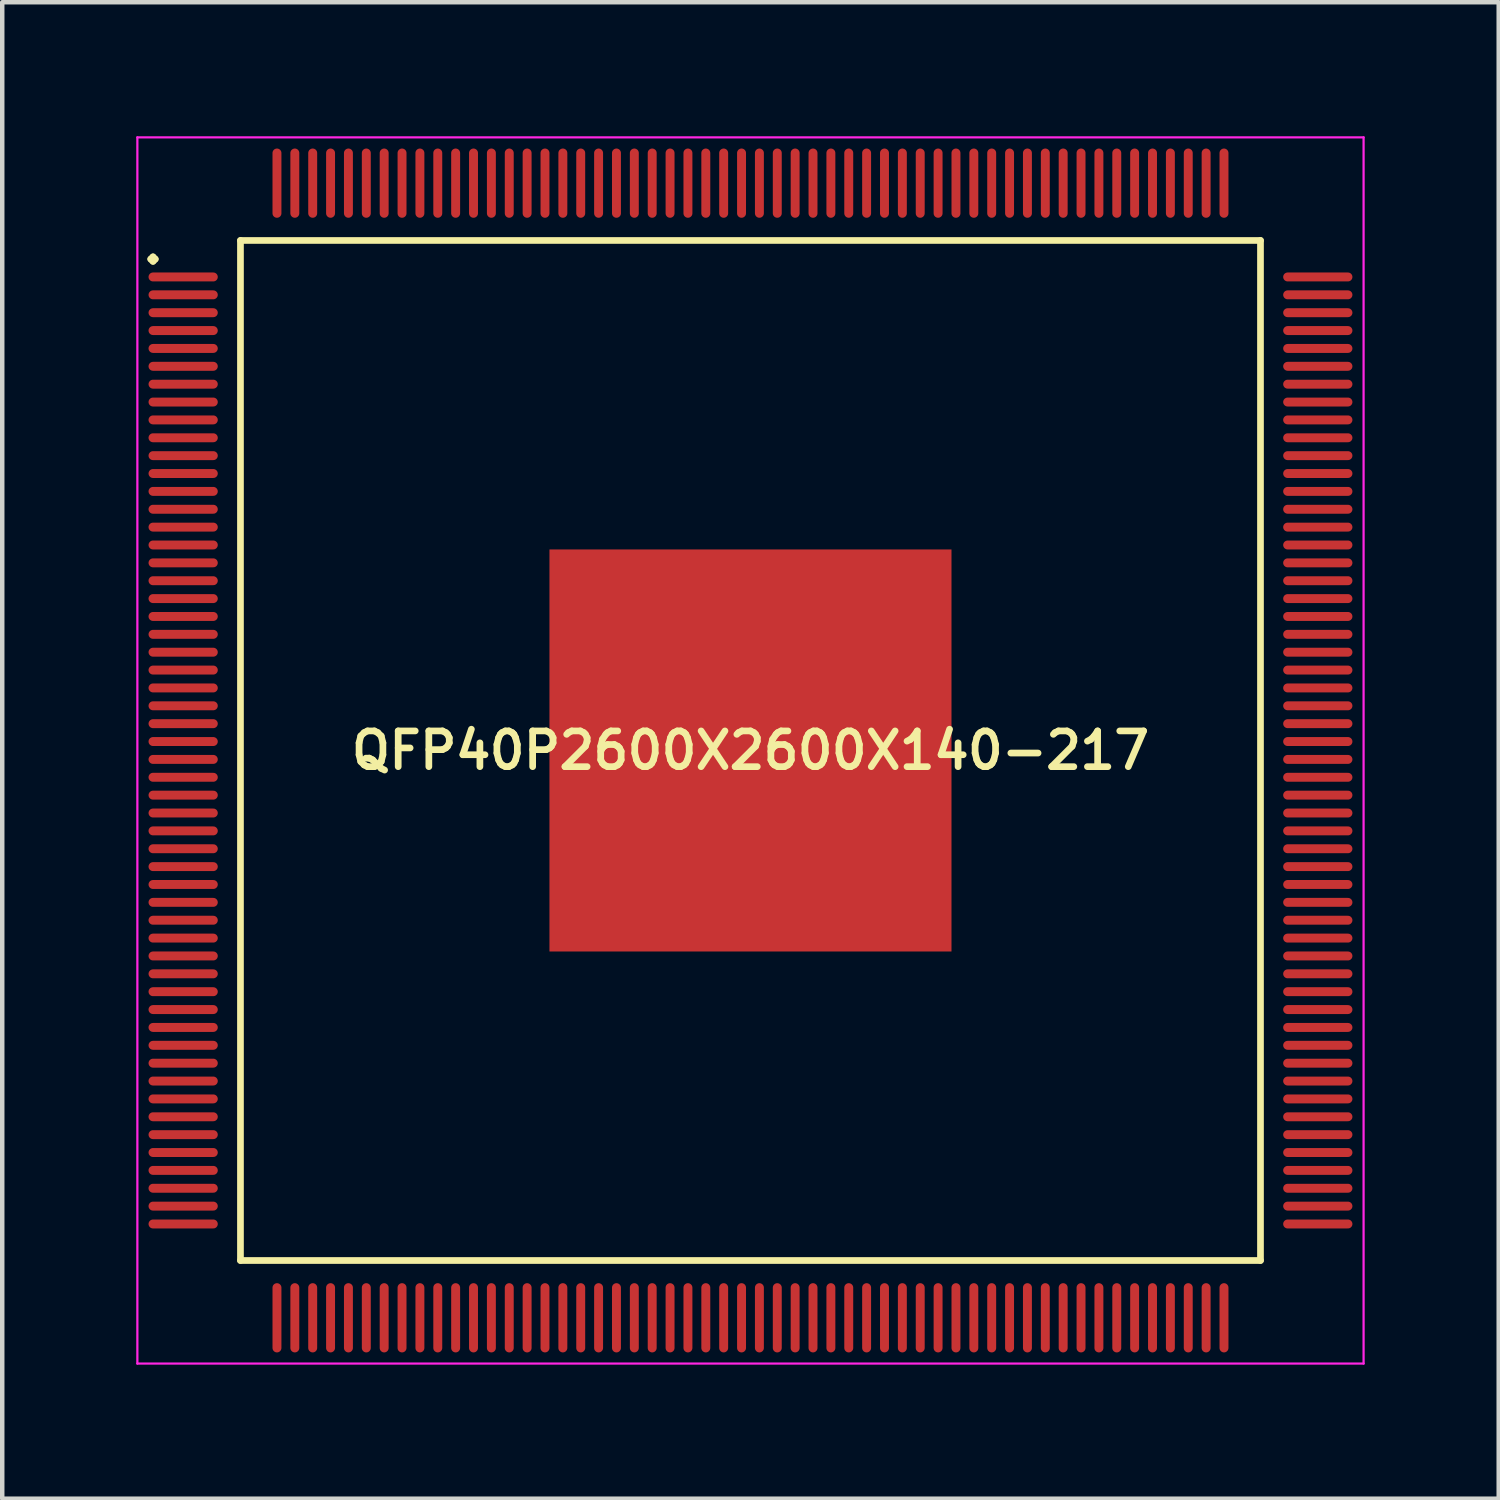
<source format=kicad_pcb>
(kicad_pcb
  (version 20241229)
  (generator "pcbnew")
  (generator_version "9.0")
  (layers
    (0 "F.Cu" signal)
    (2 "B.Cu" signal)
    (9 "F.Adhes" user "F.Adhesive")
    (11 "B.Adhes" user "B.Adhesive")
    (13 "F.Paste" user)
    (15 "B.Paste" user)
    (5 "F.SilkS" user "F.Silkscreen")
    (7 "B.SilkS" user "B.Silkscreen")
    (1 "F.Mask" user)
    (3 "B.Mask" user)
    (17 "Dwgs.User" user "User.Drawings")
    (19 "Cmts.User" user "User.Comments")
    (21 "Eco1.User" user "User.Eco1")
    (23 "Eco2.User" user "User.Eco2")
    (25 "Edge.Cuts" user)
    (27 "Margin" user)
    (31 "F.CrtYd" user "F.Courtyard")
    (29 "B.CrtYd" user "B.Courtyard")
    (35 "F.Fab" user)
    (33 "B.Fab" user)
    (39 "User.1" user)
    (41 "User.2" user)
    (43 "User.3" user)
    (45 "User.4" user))
  (footprint "QFP40P2600X2600X140-217"
    (layer "F.Cu")
    (at 13.75 13.75)
    (property "Reference" "QFP40P2600X2600X140-217" (at 0 0 0) (layer "F.SilkS") (effects (font (size 0.8 0.8) (thickness 0.15))))
    (attr smd)
    (fp_line (start -13.425 -11) (end -13.375 -11.05) (stroke (width 0.15) (type solid)) (layer "F.SilkS"))
    (fp_line (start -13.375 -11.05) (end -13.325 -11) (stroke (width 0.15) (type solid)) (layer "F.SilkS"))
    (fp_line (start -13.375 -10.95) (end -13.425 -11) (stroke (width 0.15) (type solid)) (layer "F.SilkS"))
    (fp_line (start -13.325 -11) (end -13.375 -10.95) (stroke (width 0.15) (type solid)) (layer "F.SilkS"))
    (fp_line (start -11.417 -11.417) (end -11.417 11.417) (stroke (width 0.15) (type solid)) (layer "F.SilkS"))
    (fp_line (start -11.417 11.417) (end 11.417 11.417) (stroke (width 0.15) (type solid)) (layer "F.SilkS"))
    (fp_line (start 11.417 -11.417) (end -11.417 -11.417) (stroke (width 0.15) (type solid)) (layer "F.SilkS"))
    (fp_line (start 11.417 11.417) (end 11.417 -11.417) (stroke (width 0.15) (type solid)) (layer "F.SilkS"))
    (fp_line (start -13.725 -13.725) (end 13.725 -13.725) (stroke (width 0.05) (type solid)) (layer "F.CrtYd"))
    (fp_line (start -13.725 13.725) (end -13.725 -13.725) (stroke (width 0.05) (type solid)) (layer "F.CrtYd"))
    (fp_line (start 13.725 -13.725) (end 13.725 13.725) (stroke (width 0.05) (type solid)) (layer "F.CrtYd"))
    (fp_line (start 13.725 13.725) (end -13.725 13.725) (stroke (width 0.05) (type solid)) (layer "F.CrtYd"))
    (pad "1" smd oval (at -12.7 -10.6) (size 1.55 0.2) (layers "F.Cu" "F.Mask" "F.Paste"))
    (pad "2" smd oval (at -12.7 -10.2) (size 1.55 0.2) (layers "F.Cu" "F.Mask" "F.Paste"))
    (pad "3" smd oval (at -12.7 -9.8) (size 1.55 0.2) (layers "F.Cu" "F.Mask" "F.Paste"))
    (pad "4" smd oval (at -12.7 -9.4) (size 1.55 0.2) (layers "F.Cu" "F.Mask" "F.Paste"))
    (pad "5" smd oval (at -12.7 -9) (size 1.55 0.2) (layers "F.Cu" "F.Mask" "F.Paste"))
    (pad "6" smd oval (at -12.7 -8.6) (size 1.55 0.2) (layers "F.Cu" "F.Mask" "F.Paste"))
    (pad "7" smd oval (at -12.7 -8.2) (size 1.55 0.2) (layers "F.Cu" "F.Mask" "F.Paste"))
    (pad "8" smd oval (at -12.7 -7.8) (size 1.55 0.2) (layers "F.Cu" "F.Mask" "F.Paste"))
    (pad "9" smd oval (at -12.7 -7.4) (size 1.55 0.2) (layers "F.Cu" "F.Mask" "F.Paste"))
    (pad "10" smd oval (at -12.7 -7) (size 1.55 0.2) (layers "F.Cu" "F.Mask" "F.Paste"))
    (pad "11" smd oval (at -12.7 -6.6) (size 1.55 0.2) (layers "F.Cu" "F.Mask" "F.Paste"))
    (pad "12" smd oval (at -12.7 -6.2) (size 1.55 0.2) (layers "F.Cu" "F.Mask" "F.Paste"))
    (pad "13" smd oval (at -12.7 -5.8) (size 1.55 0.2) (layers "F.Cu" "F.Mask" "F.Paste"))
    (pad "14" smd oval (at -12.7 -5.4) (size 1.55 0.2) (layers "F.Cu" "F.Mask" "F.Paste"))
    (pad "15" smd oval (at -12.7 -5) (size 1.55 0.2) (layers "F.Cu" "F.Mask" "F.Paste"))
    (pad "16" smd oval (at -12.7 -4.6) (size 1.55 0.2) (layers "F.Cu" "F.Mask" "F.Paste"))
    (pad "17" smd oval (at -12.7 -4.2) (size 1.55 0.2) (layers "F.Cu" "F.Mask" "F.Paste"))
    (pad "18" smd oval (at -12.7 -3.8) (size 1.55 0.2) (layers "F.Cu" "F.Mask" "F.Paste"))
    (pad "19" smd oval (at -12.7 -3.4) (size 1.55 0.2) (layers "F.Cu" "F.Mask" "F.Paste"))
    (pad "20" smd oval (at -12.7 -3) (size 1.55 0.2) (layers "F.Cu" "F.Mask" "F.Paste"))
    (pad "21" smd oval (at -12.7 -2.6) (size 1.55 0.2) (layers "F.Cu" "F.Mask" "F.Paste"))
    (pad "22" smd oval (at -12.7 -2.2) (size 1.55 0.2) (layers "F.Cu" "F.Mask" "F.Paste"))
    (pad "23" smd oval (at -12.7 -1.8) (size 1.55 0.2) (layers "F.Cu" "F.Mask" "F.Paste"))
    (pad "24" smd oval (at -12.7 -1.4) (size 1.55 0.2) (layers "F.Cu" "F.Mask" "F.Paste"))
    (pad "25" smd oval (at -12.7 -1) (size 1.55 0.2) (layers "F.Cu" "F.Mask" "F.Paste"))
    (pad "26" smd oval (at -12.7 -0.6) (size 1.55 0.2) (layers "F.Cu" "F.Mask" "F.Paste"))
    (pad "27" smd oval (at -12.7 -0.2) (size 1.55 0.2) (layers "F.Cu" "F.Mask" "F.Paste"))
    (pad "28" smd oval (at -12.7 0.2) (size 1.55 0.2) (layers "F.Cu" "F.Mask" "F.Paste"))
    (pad "29" smd oval (at -12.7 0.6) (size 1.55 0.2) (layers "F.Cu" "F.Mask" "F.Paste"))
    (pad "30" smd oval (at -12.7 1) (size 1.55 0.2) (layers "F.Cu" "F.Mask" "F.Paste"))
    (pad "31" smd oval (at -12.7 1.4) (size 1.55 0.2) (layers "F.Cu" "F.Mask" "F.Paste"))
    (pad "32" smd oval (at -12.7 1.8) (size 1.55 0.2) (layers "F.Cu" "F.Mask" "F.Paste"))
    (pad "33" smd oval (at -12.7 2.2) (size 1.55 0.2) (layers "F.Cu" "F.Mask" "F.Paste"))
    (pad "34" smd oval (at -12.7 2.6) (size 1.55 0.2) (layers "F.Cu" "F.Mask" "F.Paste"))
    (pad "35" smd oval (at -12.7 3) (size 1.55 0.2) (layers "F.Cu" "F.Mask" "F.Paste"))
    (pad "36" smd oval (at -12.7 3.4) (size 1.55 0.2) (layers "F.Cu" "F.Mask" "F.Paste"))
    (pad "37" smd oval (at -12.7 3.8) (size 1.55 0.2) (layers "F.Cu" "F.Mask" "F.Paste"))
    (pad "38" smd oval (at -12.7 4.2) (size 1.55 0.2) (layers "F.Cu" "F.Mask" "F.Paste"))
    (pad "39" smd oval (at -12.7 4.6) (size 1.55 0.2) (layers "F.Cu" "F.Mask" "F.Paste"))
    (pad "40" smd oval (at -12.7 5) (size 1.55 0.2) (layers "F.Cu" "F.Mask" "F.Paste"))
    (pad "41" smd oval (at -12.7 5.4) (size 1.55 0.2) (layers "F.Cu" "F.Mask" "F.Paste"))
    (pad "42" smd oval (at -12.7 5.8) (size 1.55 0.2) (layers "F.Cu" "F.Mask" "F.Paste"))
    (pad "43" smd oval (at -12.7 6.2) (size 1.55 0.2) (layers "F.Cu" "F.Mask" "F.Paste"))
    (pad "44" smd oval (at -12.7 6.6) (size 1.55 0.2) (layers "F.Cu" "F.Mask" "F.Paste"))
    (pad "45" smd oval (at -12.7 7) (size 1.55 0.2) (layers "F.Cu" "F.Mask" "F.Paste"))
    (pad "46" smd oval (at -12.7 7.4) (size 1.55 0.2) (layers "F.Cu" "F.Mask" "F.Paste"))
    (pad "47" smd oval (at -12.7 7.8) (size 1.55 0.2) (layers "F.Cu" "F.Mask" "F.Paste"))
    (pad "48" smd oval (at -12.7 8.2) (size 1.55 0.2) (layers "F.Cu" "F.Mask" "F.Paste"))
    (pad "49" smd oval (at -12.7 8.6) (size 1.55 0.2) (layers "F.Cu" "F.Mask" "F.Paste"))
    (pad "50" smd oval (at -12.7 9) (size 1.55 0.2) (layers "F.Cu" "F.Mask" "F.Paste"))
    (pad "51" smd oval (at -12.7 9.4) (size 1.55 0.2) (layers "F.Cu" "F.Mask" "F.Paste"))
    (pad "52" smd oval (at -12.7 9.8) (size 1.55 0.2) (layers "F.Cu" "F.Mask" "F.Paste"))
    (pad "53" smd oval (at -12.7 10.2) (size 1.55 0.2) (layers "F.Cu" "F.Mask" "F.Paste"))
    (pad "54" smd oval (at -12.7 10.6) (size 1.55 0.2) (layers "F.Cu" "F.Mask" "F.Paste"))
    (pad "55" smd oval (at -10.6 12.7) (size 0.2 1.55) (layers "F.Cu" "F.Mask" "F.Paste"))
    (pad "56" smd oval (at -10.2 12.7) (size 0.2 1.55) (layers "F.Cu" "F.Mask" "F.Paste"))
    (pad "57" smd oval (at -9.8 12.7) (size 0.2 1.55) (layers "F.Cu" "F.Mask" "F.Paste"))
    (pad "58" smd oval (at -9.4 12.7) (size 0.2 1.55) (layers "F.Cu" "F.Mask" "F.Paste"))
    (pad "59" smd oval (at -9 12.7) (size 0.2 1.55) (layers "F.Cu" "F.Mask" "F.Paste"))
    (pad "60" smd oval (at -8.6 12.7) (size 0.2 1.55) (layers "F.Cu" "F.Mask" "F.Paste"))
    (pad "61" smd oval (at -8.2 12.7) (size 0.2 1.55) (layers "F.Cu" "F.Mask" "F.Paste"))
    (pad "62" smd oval (at -7.8 12.7) (size 0.2 1.55) (layers "F.Cu" "F.Mask" "F.Paste"))
    (pad "63" smd oval (at -7.4 12.7) (size 0.2 1.55) (layers "F.Cu" "F.Mask" "F.Paste"))
    (pad "64" smd oval (at -7 12.7) (size 0.2 1.55) (layers "F.Cu" "F.Mask" "F.Paste"))
    (pad "65" smd oval (at -6.6 12.7) (size 0.2 1.55) (layers "F.Cu" "F.Mask" "F.Paste"))
    (pad "66" smd oval (at -6.2 12.7) (size 0.2 1.55) (layers "F.Cu" "F.Mask" "F.Paste"))
    (pad "67" smd oval (at -5.8 12.7) (size 0.2 1.55) (layers "F.Cu" "F.Mask" "F.Paste"))
    (pad "68" smd oval (at -5.4 12.7) (size 0.2 1.55) (layers "F.Cu" "F.Mask" "F.Paste"))
    (pad "69" smd oval (at -5 12.7) (size 0.2 1.55) (layers "F.Cu" "F.Mask" "F.Paste"))
    (pad "70" smd oval (at -4.6 12.7) (size 0.2 1.55) (layers "F.Cu" "F.Mask" "F.Paste"))
    (pad "71" smd oval (at -4.2 12.7) (size 0.2 1.55) (layers "F.Cu" "F.Mask" "F.Paste"))
    (pad "72" smd oval (at -3.8 12.7) (size 0.2 1.55) (layers "F.Cu" "F.Mask" "F.Paste"))
    (pad "73" smd oval (at -3.4 12.7) (size 0.2 1.55) (layers "F.Cu" "F.Mask" "F.Paste"))
    (pad "74" smd oval (at -3 12.7) (size 0.2 1.55) (layers "F.Cu" "F.Mask" "F.Paste"))
    (pad "75" smd oval (at -2.6 12.7) (size 0.2 1.55) (layers "F.Cu" "F.Mask" "F.Paste"))
    (pad "76" smd oval (at -2.2 12.7) (size 0.2 1.55) (layers "F.Cu" "F.Mask" "F.Paste"))
    (pad "77" smd oval (at -1.8 12.7) (size 0.2 1.55) (layers "F.Cu" "F.Mask" "F.Paste"))
    (pad "78" smd oval (at -1.4 12.7) (size 0.2 1.55) (layers "F.Cu" "F.Mask" "F.Paste"))
    (pad "79" smd oval (at -1 12.7) (size 0.2 1.55) (layers "F.Cu" "F.Mask" "F.Paste"))
    (pad "80" smd oval (at -0.6 12.7) (size 0.2 1.55) (layers "F.Cu" "F.Mask" "F.Paste"))
    (pad "81" smd oval (at -0.2 12.7) (size 0.2 1.55) (layers "F.Cu" "F.Mask" "F.Paste"))
    (pad "82" smd oval (at 0.2 12.7) (size 0.2 1.55) (layers "F.Cu" "F.Mask" "F.Paste"))
    (pad "83" smd oval (at 0.6 12.7) (size 0.2 1.55) (layers "F.Cu" "F.Mask" "F.Paste"))
    (pad "84" smd oval (at 1 12.7) (size 0.2 1.55) (layers "F.Cu" "F.Mask" "F.Paste"))
    (pad "85" smd oval (at 1.4 12.7) (size 0.2 1.55) (layers "F.Cu" "F.Mask" "F.Paste"))
    (pad "86" smd oval (at 1.8 12.7) (size 0.2 1.55) (layers "F.Cu" "F.Mask" "F.Paste"))
    (pad "87" smd oval (at 2.2 12.7) (size 0.2 1.55) (layers "F.Cu" "F.Mask" "F.Paste"))
    (pad "88" smd oval (at 2.6 12.7) (size 0.2 1.55) (layers "F.Cu" "F.Mask" "F.Paste"))
    (pad "89" smd oval (at 3 12.7) (size 0.2 1.55) (layers "F.Cu" "F.Mask" "F.Paste"))
    (pad "90" smd oval (at 3.4 12.7) (size 0.2 1.55) (layers "F.Cu" "F.Mask" "F.Paste"))
    (pad "91" smd oval (at 3.8 12.7) (size 0.2 1.55) (layers "F.Cu" "F.Mask" "F.Paste"))
    (pad "92" smd oval (at 4.2 12.7) (size 0.2 1.55) (layers "F.Cu" "F.Mask" "F.Paste"))
    (pad "93" smd oval (at 4.6 12.7) (size 0.2 1.55) (layers "F.Cu" "F.Mask" "F.Paste"))
    (pad "94" smd oval (at 5 12.7) (size 0.2 1.55) (layers "F.Cu" "F.Mask" "F.Paste"))
    (pad "95" smd oval (at 5.4 12.7) (size 0.2 1.55) (layers "F.Cu" "F.Mask" "F.Paste"))
    (pad "96" smd oval (at 5.8 12.7) (size 0.2 1.55) (layers "F.Cu" "F.Mask" "F.Paste"))
    (pad "97" smd oval (at 6.2 12.7) (size 0.2 1.55) (layers "F.Cu" "F.Mask" "F.Paste"))
    (pad "98" smd oval (at 6.6 12.7) (size 0.2 1.55) (layers "F.Cu" "F.Mask" "F.Paste"))
    (pad "99" smd oval (at 7 12.7) (size 0.2 1.55) (layers "F.Cu" "F.Mask" "F.Paste"))
    (pad "100" smd oval (at 7.4 12.7) (size 0.2 1.55) (layers "F.Cu" "F.Mask" "F.Paste"))
    (pad "101" smd oval (at 7.8 12.7) (size 0.2 1.55) (layers "F.Cu" "F.Mask" "F.Paste"))
    (pad "102" smd oval (at 8.2 12.7) (size 0.2 1.55) (layers "F.Cu" "F.Mask" "F.Paste"))
    (pad "103" smd oval (at 8.6 12.7) (size 0.2 1.55) (layers "F.Cu" "F.Mask" "F.Paste"))
    (pad "104" smd oval (at 9 12.7) (size 0.2 1.55) (layers "F.Cu" "F.Mask" "F.Paste"))
    (pad "105" smd oval (at 9.4 12.7) (size 0.2 1.55) (layers "F.Cu" "F.Mask" "F.Paste"))
    (pad "106" smd oval (at 9.8 12.7) (size 0.2 1.55) (layers "F.Cu" "F.Mask" "F.Paste"))
    (pad "107" smd oval (at 10.2 12.7) (size 0.2 1.55) (layers "F.Cu" "F.Mask" "F.Paste"))
    (pad "108" smd oval (at 10.6 12.7) (size 0.2 1.55) (layers "F.Cu" "F.Mask" "F.Paste"))
    (pad "109" smd oval (at 12.7 10.6) (size 1.55 0.2) (layers "F.Cu" "F.Mask" "F.Paste"))
    (pad "110" smd oval (at 12.7 10.2) (size 1.55 0.2) (layers "F.Cu" "F.Mask" "F.Paste"))
    (pad "111" smd oval (at 12.7 9.8) (size 1.55 0.2) (layers "F.Cu" "F.Mask" "F.Paste"))
    (pad "112" smd oval (at 12.7 9.4) (size 1.55 0.2) (layers "F.Cu" "F.Mask" "F.Paste"))
    (pad "113" smd oval (at 12.7 9) (size 1.55 0.2) (layers "F.Cu" "F.Mask" "F.Paste"))
    (pad "114" smd oval (at 12.7 8.6) (size 1.55 0.2) (layers "F.Cu" "F.Mask" "F.Paste"))
    (pad "115" smd oval (at 12.7 8.2) (size 1.55 0.2) (layers "F.Cu" "F.Mask" "F.Paste"))
    (pad "116" smd oval (at 12.7 7.8) (size 1.55 0.2) (layers "F.Cu" "F.Mask" "F.Paste"))
    (pad "117" smd oval (at 12.7 7.4) (size 1.55 0.2) (layers "F.Cu" "F.Mask" "F.Paste"))
    (pad "118" smd oval (at 12.7 7) (size 1.55 0.2) (layers "F.Cu" "F.Mask" "F.Paste"))
    (pad "119" smd oval (at 12.7 6.6) (size 1.55 0.2) (layers "F.Cu" "F.Mask" "F.Paste"))
    (pad "120" smd oval (at 12.7 6.2) (size 1.55 0.2) (layers "F.Cu" "F.Mask" "F.Paste"))
    (pad "121" smd oval (at 12.7 5.8) (size 1.55 0.2) (layers "F.Cu" "F.Mask" "F.Paste"))
    (pad "122" smd oval (at 12.7 5.4) (size 1.55 0.2) (layers "F.Cu" "F.Mask" "F.Paste"))
    (pad "123" smd oval (at 12.7 5) (size 1.55 0.2) (layers "F.Cu" "F.Mask" "F.Paste"))
    (pad "124" smd oval (at 12.7 4.6) (size 1.55 0.2) (layers "F.Cu" "F.Mask" "F.Paste"))
    (pad "125" smd oval (at 12.7 4.2) (size 1.55 0.2) (layers "F.Cu" "F.Mask" "F.Paste"))
    (pad "126" smd oval (at 12.7 3.8) (size 1.55 0.2) (layers "F.Cu" "F.Mask" "F.Paste"))
    (pad "127" smd oval (at 12.7 3.4) (size 1.55 0.2) (layers "F.Cu" "F.Mask" "F.Paste"))
    (pad "128" smd oval (at 12.7 3) (size 1.55 0.2) (layers "F.Cu" "F.Mask" "F.Paste"))
    (pad "129" smd oval (at 12.7 2.6) (size 1.55 0.2) (layers "F.Cu" "F.Mask" "F.Paste"))
    (pad "130" smd oval (at 12.7 2.2) (size 1.55 0.2) (layers "F.Cu" "F.Mask" "F.Paste"))
    (pad "131" smd oval (at 12.7 1.8) (size 1.55 0.2) (layers "F.Cu" "F.Mask" "F.Paste"))
    (pad "132" smd oval (at 12.7 1.4) (size 1.55 0.2) (layers "F.Cu" "F.Mask" "F.Paste"))
    (pad "133" smd oval (at 12.7 1) (size 1.55 0.2) (layers "F.Cu" "F.Mask" "F.Paste"))
    (pad "134" smd oval (at 12.7 0.6) (size 1.55 0.2) (layers "F.Cu" "F.Mask" "F.Paste"))
    (pad "135" smd oval (at 12.7 0.2) (size 1.55 0.2) (layers "F.Cu" "F.Mask" "F.Paste"))
    (pad "136" smd oval (at 12.7 -0.2) (size 1.55 0.2) (layers "F.Cu" "F.Mask" "F.Paste"))
    (pad "137" smd oval (at 12.7 -0.6) (size 1.55 0.2) (layers "F.Cu" "F.Mask" "F.Paste"))
    (pad "138" smd oval (at 12.7 -1) (size 1.55 0.2) (layers "F.Cu" "F.Mask" "F.Paste"))
    (pad "139" smd oval (at 12.7 -1.4) (size 1.55 0.2) (layers "F.Cu" "F.Mask" "F.Paste"))
    (pad "140" smd oval (at 12.7 -1.8) (size 1.55 0.2) (layers "F.Cu" "F.Mask" "F.Paste"))
    (pad "141" smd oval (at 12.7 -2.2) (size 1.55 0.2) (layers "F.Cu" "F.Mask" "F.Paste"))
    (pad "142" smd oval (at 12.7 -2.6) (size 1.55 0.2) (layers "F.Cu" "F.Mask" "F.Paste"))
    (pad "143" smd oval (at 12.7 -3) (size 1.55 0.2) (layers "F.Cu" "F.Mask" "F.Paste"))
    (pad "144" smd oval (at 12.7 -3.4) (size 1.55 0.2) (layers "F.Cu" "F.Mask" "F.Paste"))
    (pad "145" smd oval (at 12.7 -3.8) (size 1.55 0.2) (layers "F.Cu" "F.Mask" "F.Paste"))
    (pad "146" smd oval (at 12.7 -4.2) (size 1.55 0.2) (layers "F.Cu" "F.Mask" "F.Paste"))
    (pad "147" smd oval (at 12.7 -4.6) (size 1.55 0.2) (layers "F.Cu" "F.Mask" "F.Paste"))
    (pad "148" smd oval (at 12.7 -5) (size 1.55 0.2) (layers "F.Cu" "F.Mask" "F.Paste"))
    (pad "149" smd oval (at 12.7 -5.4) (size 1.55 0.2) (layers "F.Cu" "F.Mask" "F.Paste"))
    (pad "150" smd oval (at 12.7 -5.8) (size 1.55 0.2) (layers "F.Cu" "F.Mask" "F.Paste"))
    (pad "151" smd oval (at 12.7 -6.2) (size 1.55 0.2) (layers "F.Cu" "F.Mask" "F.Paste"))
    (pad "152" smd oval (at 12.7 -6.6) (size 1.55 0.2) (layers "F.Cu" "F.Mask" "F.Paste"))
    (pad "153" smd oval (at 12.7 -7) (size 1.55 0.2) (layers "F.Cu" "F.Mask" "F.Paste"))
    (pad "154" smd oval (at 12.7 -7.4) (size 1.55 0.2) (layers "F.Cu" "F.Mask" "F.Paste"))
    (pad "155" smd oval (at 12.7 -7.8) (size 1.55 0.2) (layers "F.Cu" "F.Mask" "F.Paste"))
    (pad "156" smd oval (at 12.7 -8.2) (size 1.55 0.2) (layers "F.Cu" "F.Mask" "F.Paste"))
    (pad "157" smd oval (at 12.7 -8.6) (size 1.55 0.2) (layers "F.Cu" "F.Mask" "F.Paste"))
    (pad "158" smd oval (at 12.7 -9) (size 1.55 0.2) (layers "F.Cu" "F.Mask" "F.Paste"))
    (pad "159" smd oval (at 12.7 -9.4) (size 1.55 0.2) (layers "F.Cu" "F.Mask" "F.Paste"))
    (pad "160" smd oval (at 12.7 -9.8) (size 1.55 0.2) (layers "F.Cu" "F.Mask" "F.Paste"))
    (pad "161" smd oval (at 12.7 -10.2) (size 1.55 0.2) (layers "F.Cu" "F.Mask" "F.Paste"))
    (pad "162" smd oval (at 12.7 -10.6) (size 1.55 0.2) (layers "F.Cu" "F.Mask" "F.Paste"))
    (pad "163" smd oval (at 10.6 -12.7) (size 0.2 1.55) (layers "F.Cu" "F.Mask" "F.Paste"))
    (pad "164" smd oval (at 10.2 -12.7) (size 0.2 1.55) (layers "F.Cu" "F.Mask" "F.Paste"))
    (pad "165" smd oval (at 9.8 -12.7) (size 0.2 1.55) (layers "F.Cu" "F.Mask" "F.Paste"))
    (pad "166" smd oval (at 9.4 -12.7) (size 0.2 1.55) (layers "F.Cu" "F.Mask" "F.Paste"))
    (pad "167" smd oval (at 9 -12.7) (size 0.2 1.55) (layers "F.Cu" "F.Mask" "F.Paste"))
    (pad "168" smd oval (at 8.6 -12.7) (size 0.2 1.55) (layers "F.Cu" "F.Mask" "F.Paste"))
    (pad "169" smd oval (at 8.2 -12.7) (size 0.2 1.55) (layers "F.Cu" "F.Mask" "F.Paste"))
    (pad "170" smd oval (at 7.8 -12.7) (size 0.2 1.55) (layers "F.Cu" "F.Mask" "F.Paste"))
    (pad "171" smd oval (at 7.4 -12.7) (size 0.2 1.55) (layers "F.Cu" "F.Mask" "F.Paste"))
    (pad "172" smd oval (at 7 -12.7) (size 0.2 1.55) (layers "F.Cu" "F.Mask" "F.Paste"))
    (pad "173" smd oval (at 6.6 -12.7) (size 0.2 1.55) (layers "F.Cu" "F.Mask" "F.Paste"))
    (pad "174" smd oval (at 6.2 -12.7) (size 0.2 1.55) (layers "F.Cu" "F.Mask" "F.Paste"))
    (pad "175" smd oval (at 5.8 -12.7) (size 0.2 1.55) (layers "F.Cu" "F.Mask" "F.Paste"))
    (pad "176" smd oval (at 5.4 -12.7) (size 0.2 1.55) (layers "F.Cu" "F.Mask" "F.Paste"))
    (pad "177" smd oval (at 5 -12.7) (size 0.2 1.55) (layers "F.Cu" "F.Mask" "F.Paste"))
    (pad "178" smd oval (at 4.6 -12.7) (size 0.2 1.55) (layers "F.Cu" "F.Mask" "F.Paste"))
    (pad "179" smd oval (at 4.2 -12.7) (size 0.2 1.55) (layers "F.Cu" "F.Mask" "F.Paste"))
    (pad "180" smd oval (at 3.8 -12.7) (size 0.2 1.55) (layers "F.Cu" "F.Mask" "F.Paste"))
    (pad "181" smd oval (at 3.4 -12.7) (size 0.2 1.55) (layers "F.Cu" "F.Mask" "F.Paste"))
    (pad "182" smd oval (at 3 -12.7) (size 0.2 1.55) (layers "F.Cu" "F.Mask" "F.Paste"))
    (pad "183" smd oval (at 2.6 -12.7) (size 0.2 1.55) (layers "F.Cu" "F.Mask" "F.Paste"))
    (pad "184" smd oval (at 2.2 -12.7) (size 0.2 1.55) (layers "F.Cu" "F.Mask" "F.Paste"))
    (pad "185" smd oval (at 1.8 -12.7) (size 0.2 1.55) (layers "F.Cu" "F.Mask" "F.Paste"))
    (pad "186" smd oval (at 1.4 -12.7) (size 0.2 1.55) (layers "F.Cu" "F.Mask" "F.Paste"))
    (pad "187" smd oval (at 1 -12.7) (size 0.2 1.55) (layers "F.Cu" "F.Mask" "F.Paste"))
    (pad "188" smd oval (at 0.6 -12.7) (size 0.2 1.55) (layers "F.Cu" "F.Mask" "F.Paste"))
    (pad "189" smd oval (at 0.2 -12.7) (size 0.2 1.55) (layers "F.Cu" "F.Mask" "F.Paste"))
    (pad "190" smd oval (at -0.2 -12.7) (size 0.2 1.55) (layers "F.Cu" "F.Mask" "F.Paste"))
    (pad "191" smd oval (at -0.6 -12.7) (size 0.2 1.55) (layers "F.Cu" "F.Mask" "F.Paste"))
    (pad "192" smd oval (at -1 -12.7) (size 0.2 1.55) (layers "F.Cu" "F.Mask" "F.Paste"))
    (pad "193" smd oval (at -1.4 -12.7) (size 0.2 1.55) (layers "F.Cu" "F.Mask" "F.Paste"))
    (pad "194" smd oval (at -1.8 -12.7) (size 0.2 1.55) (layers "F.Cu" "F.Mask" "F.Paste"))
    (pad "195" smd oval (at -2.2 -12.7) (size 0.2 1.55) (layers "F.Cu" "F.Mask" "F.Paste"))
    (pad "196" smd oval (at -2.6 -12.7) (size 0.2 1.55) (layers "F.Cu" "F.Mask" "F.Paste"))
    (pad "197" smd oval (at -3 -12.7) (size 0.2 1.55) (layers "F.Cu" "F.Mask" "F.Paste"))
    (pad "198" smd oval (at -3.4 -12.7) (size 0.2 1.55) (layers "F.Cu" "F.Mask" "F.Paste"))
    (pad "199" smd oval (at -3.8 -12.7) (size 0.2 1.55) (layers "F.Cu" "F.Mask" "F.Paste"))
    (pad "200" smd oval (at -4.2 -12.7) (size 0.2 1.55) (layers "F.Cu" "F.Mask" "F.Paste"))
    (pad "201" smd oval (at -4.6 -12.7) (size 0.2 1.55) (layers "F.Cu" "F.Mask" "F.Paste"))
    (pad "202" smd oval (at -5 -12.7) (size 0.2 1.55) (layers "F.Cu" "F.Mask" "F.Paste"))
    (pad "203" smd oval (at -5.4 -12.7) (size 0.2 1.55) (layers "F.Cu" "F.Mask" "F.Paste"))
    (pad "204" smd oval (at -5.8 -12.7) (size 0.2 1.55) (layers "F.Cu" "F.Mask" "F.Paste"))
    (pad "205" smd oval (at -6.2 -12.7) (size 0.2 1.55) (layers "F.Cu" "F.Mask" "F.Paste"))
    (pad "206" smd oval (at -6.6 -12.7) (size 0.2 1.55) (layers "F.Cu" "F.Mask" "F.Paste"))
    (pad "207" smd oval (at -7 -12.7) (size 0.2 1.55) (layers "F.Cu" "F.Mask" "F.Paste"))
    (pad "208" smd oval (at -7.4 -12.7) (size 0.2 1.55) (layers "F.Cu" "F.Mask" "F.Paste"))
    (pad "209" smd oval (at -7.8 -12.7) (size 0.2 1.55) (layers "F.Cu" "F.Mask" "F.Paste"))
    (pad "210" smd oval (at -8.2 -12.7) (size 0.2 1.55) (layers "F.Cu" "F.Mask" "F.Paste"))
    (pad "211" smd oval (at -8.6 -12.7) (size 0.2 1.55) (layers "F.Cu" "F.Mask" "F.Paste"))
    (pad "212" smd oval (at -9 -12.7) (size 0.2 1.55) (layers "F.Cu" "F.Mask" "F.Paste"))
    (pad "213" smd oval (at -9.4 -12.7) (size 0.2 1.55) (layers "F.Cu" "F.Mask" "F.Paste"))
    (pad "214" smd oval (at -9.8 -12.7) (size 0.2 1.55) (layers "F.Cu" "F.Mask" "F.Paste"))
    (pad "215" smd oval (at -10.2 -12.7) (size 0.2 1.55) (layers "F.Cu" "F.Mask" "F.Paste"))
    (pad "216" smd oval (at -10.6 -12.7) (size 0.2 1.55) (layers "F.Cu" "F.Mask" "F.Paste"))
    (pad "217" smd rect (at 0 0) (size 9 9) (layers "F.Cu" "F.Mask" "F.Paste")))
  (gr_rect
    (start -3 -3)
    (end 30.5 30.5)
    (stroke (width 0.1) (type default))
    (fill no)
    (layer "Edge.Cuts")))
</source>
